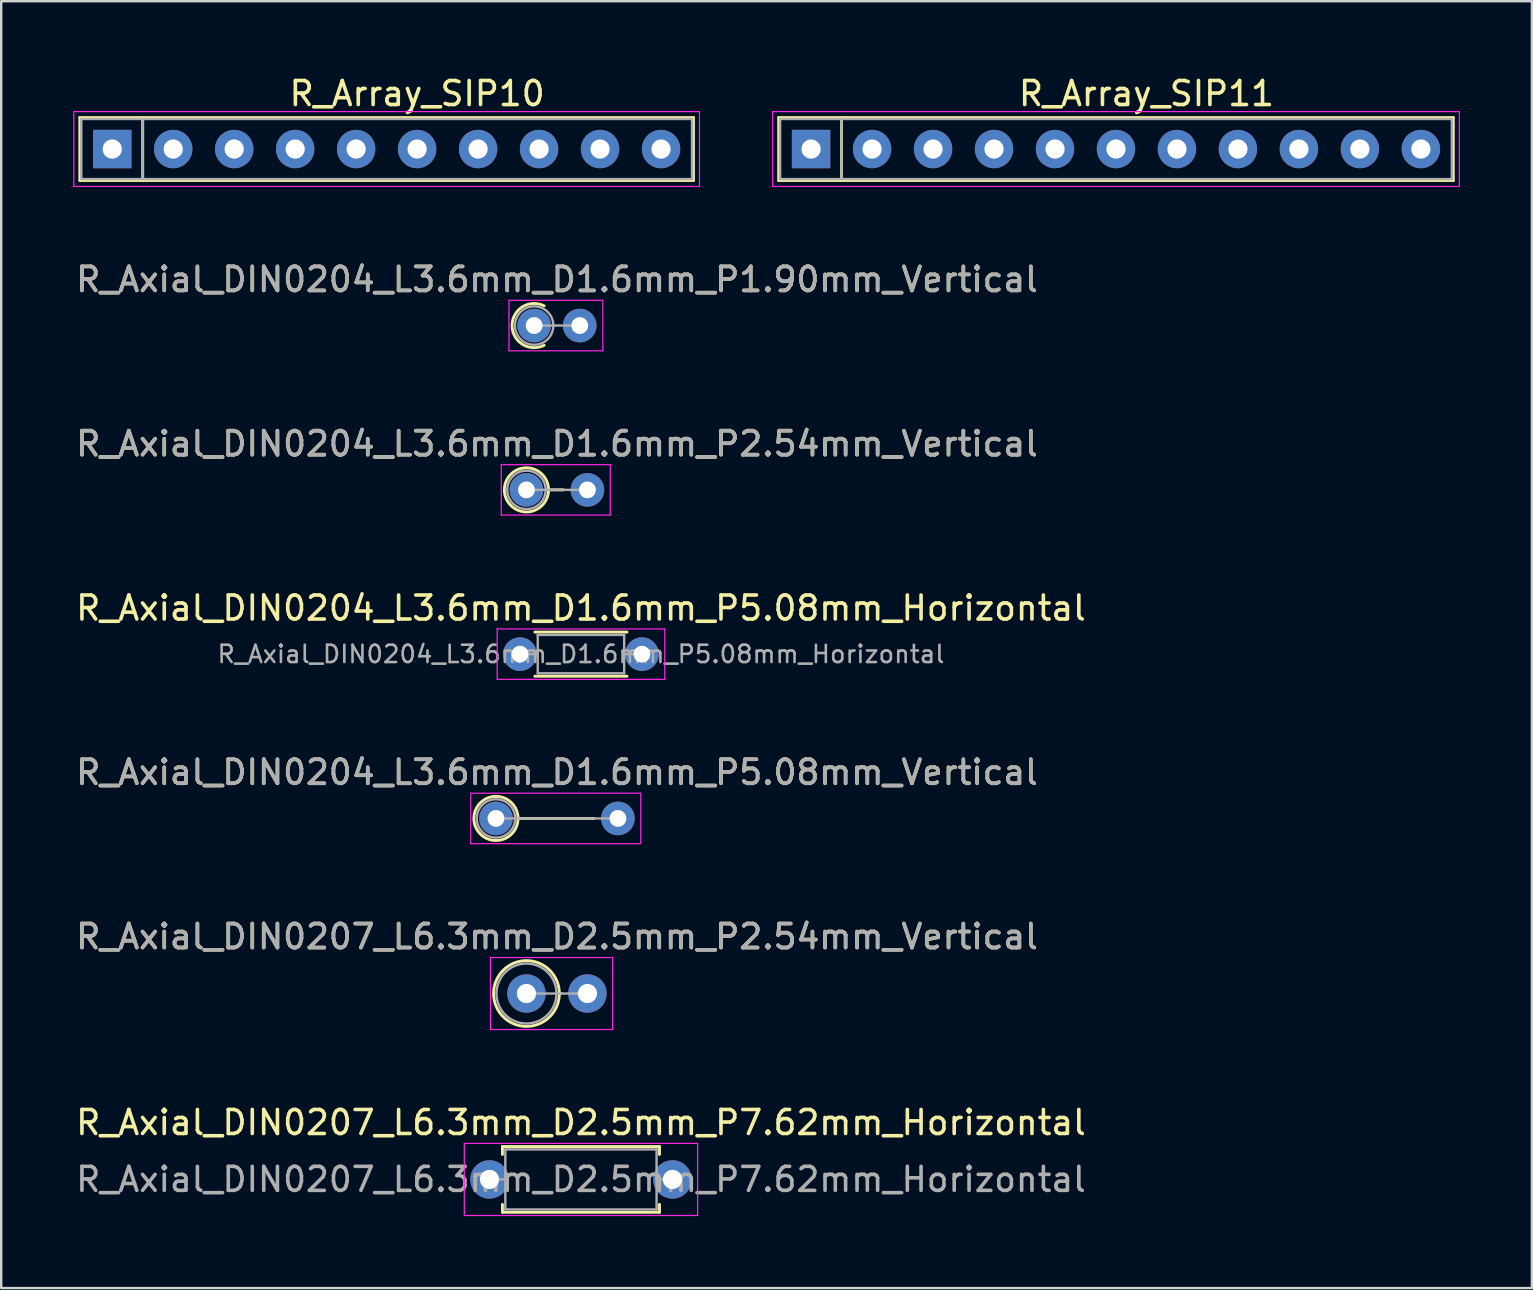
<source format=kicad_pcb>
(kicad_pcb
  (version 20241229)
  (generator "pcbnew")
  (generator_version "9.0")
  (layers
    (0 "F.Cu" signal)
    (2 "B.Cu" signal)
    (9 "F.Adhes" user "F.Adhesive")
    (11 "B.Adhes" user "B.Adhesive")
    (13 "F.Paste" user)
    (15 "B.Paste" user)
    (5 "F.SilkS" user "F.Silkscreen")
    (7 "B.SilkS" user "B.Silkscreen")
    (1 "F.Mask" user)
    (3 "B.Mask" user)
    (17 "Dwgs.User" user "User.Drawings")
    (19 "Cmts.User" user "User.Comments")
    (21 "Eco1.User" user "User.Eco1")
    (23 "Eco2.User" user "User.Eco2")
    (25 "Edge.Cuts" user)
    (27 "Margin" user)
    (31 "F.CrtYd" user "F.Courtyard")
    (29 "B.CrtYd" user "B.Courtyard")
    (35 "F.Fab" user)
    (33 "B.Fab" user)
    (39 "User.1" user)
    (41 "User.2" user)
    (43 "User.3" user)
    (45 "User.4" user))
  (footprint "R_Array_SIP10"
    (layer "F.Cu")
    (at 1.625 3.158)
    (property "Reference" "R_Array_SIP10" (at 12.7 -2.31 0) (layer "F.SilkS") (effects (font (size 1 1) (thickness 0.15))))
    (attr through_hole)
    (fp_line (start -1.35 -1.31) (end -1.35 1.31) (stroke (width 0.12) (type solid)) (layer "F.SilkS"))
    (fp_line (start -1.35 1.31) (end 24.21 1.31) (stroke (width 0.12) (type solid)) (layer "F.SilkS"))
    (fp_line (start 1.27 -1.31) (end 1.27 1.31) (stroke (width 0.12) (type solid)) (layer "F.SilkS"))
    (fp_line (start 24.21 -1.31) (end -1.35 -1.31) (stroke (width 0.12) (type solid)) (layer "F.SilkS"))
    (fp_line (start 24.21 1.31) (end 24.21 -1.31) (stroke (width 0.12) (type solid)) (layer "F.SilkS"))
    (fp_line (start -1.6 -1.56) (end -1.6 1.56) (stroke (width 0.05) (type solid)) (layer "F.CrtYd"))
    (fp_line (start -1.6 1.56) (end 24.46 1.56) (stroke (width 0.05) (type solid)) (layer "F.CrtYd"))
    (fp_line (start 24.46 -1.56) (end -1.6 -1.56) (stroke (width 0.05) (type solid)) (layer "F.CrtYd"))
    (fp_line (start 24.46 1.56) (end 24.46 -1.56) (stroke (width 0.05) (type solid)) (layer "F.CrtYd"))
    (fp_line (start -1.29 -1.25) (end -1.29 1.25) (stroke (width 0.1) (type solid)) (layer "F.Fab"))
    (fp_line (start -1.29 1.25) (end 24.15 1.25) (stroke (width 0.1) (type solid)) (layer "F.Fab"))
    (fp_line (start 1.27 -1.25) (end 1.27 1.25) (stroke (width 0.1) (type solid)) (layer "F.Fab"))
    (fp_line (start 24.15 -1.25) (end -1.29 -1.25) (stroke (width 0.1) (type solid)) (layer "F.Fab"))
    (fp_line (start 24.15 1.25) (end 24.15 -1.25) (stroke (width 0.1) (type solid)) (layer "F.Fab"))
    (pad "1" thru_hole rect (at 0 0) (size 1.6 1.6) (drill 0.8) (layers "*.Cu" "*.Mask"))
    (pad "2" thru_hole circle (at 2.54 0) (size 1.6 1.6) (drill 0.8) (layers "*.Cu" "*.Mask"))
    (pad "3" thru_hole circle (at 5.08 0) (size 1.6 1.6) (drill 0.8) (layers "*.Cu" "*.Mask"))
    (pad "4" thru_hole circle (at 7.62 0) (size 1.6 1.6) (drill 0.8) (layers "*.Cu" "*.Mask"))
    (pad "5" thru_hole circle (at 10.16 0) (size 1.6 1.6) (drill 0.8) (layers "*.Cu" "*.Mask"))
    (pad "6" thru_hole circle (at 12.7 0) (size 1.6 1.6) (drill 0.8) (layers "*.Cu" "*.Mask"))
    (pad "7" thru_hole circle (at 15.24 0) (size 1.6 1.6) (drill 0.8) (layers "*.Cu" "*.Mask"))
    (pad "8" thru_hole circle (at 17.78 0) (size 1.6 1.6) (drill 0.8) (layers "*.Cu" "*.Mask"))
    (pad "9" thru_hole circle (at 20.32 0) (size 1.6 1.6) (drill 0.8) (layers "*.Cu" "*.Mask"))
    (pad "10" thru_hole circle (at 22.86 0) (size 1.6 1.6) (drill 0.8) (layers "*.Cu" "*.Mask")))
  (footprint "R_Axial_DIN0204_L3.6mm_D1.6mm_P5.08mm_Horizontal"
    (layer "F.Cu")
    (at 18.609 24.198)
    (property "Reference" "R_Axial_DIN0204_L3.6mm_D1.6mm_P5.08mm_Horizontal" (at 2.54 -1.92 0) (layer "F.SilkS") (effects (font (size 1 1) (thickness 0.15))))
    (attr through_hole)
    (fp_line (start 0.62 -0.92) (end 4.46 -0.92) (stroke (width 0.12) (type solid)) (layer "F.SilkS"))
    (fp_line (start 0.62 0.92) (end 4.46 0.92) (stroke (width 0.12) (type solid)) (layer "F.SilkS"))
    (fp_line (start -0.95 -1.05) (end -0.95 1.05) (stroke (width 0.05) (type solid)) (layer "F.CrtYd"))
    (fp_line (start -0.95 1.05) (end 6.03 1.05) (stroke (width 0.05) (type solid)) (layer "F.CrtYd"))
    (fp_line (start 6.03 -1.05) (end -0.95 -1.05) (stroke (width 0.05) (type solid)) (layer "F.CrtYd"))
    (fp_line (start 6.03 1.05) (end 6.03 -1.05) (stroke (width 0.05) (type solid)) (layer "F.CrtYd"))
    (fp_line (start 0 0) (end 0.74 0) (stroke (width 0.1) (type solid)) (layer "F.Fab"))
    (fp_line (start 0.74 -0.8) (end 0.74 0.8) (stroke (width 0.1) (type solid)) (layer "F.Fab"))
    (fp_line (start 0.74 0.8) (end 4.34 0.8) (stroke (width 0.1) (type solid)) (layer "F.Fab"))
    (fp_line (start 4.34 -0.8) (end 0.74 -0.8) (stroke (width 0.1) (type solid)) (layer "F.Fab"))
    (fp_line (start 4.34 0.8) (end 4.34 -0.8) (stroke (width 0.1) (type solid)) (layer "F.Fab"))
    (fp_line (start 5.08 0) (end 4.34 0) (stroke (width 0.1) (type solid)) (layer "F.Fab"))
    (fp_text user "${REFERENCE}" (at 2.54 0 0) (layer "F.Fab") (effects (font (size 0.72 0.72) (thickness 0.108))))
    (pad "1" thru_hole circle (at 0 0) (size 1.4 1.4) (drill 0.7) (layers "*.Cu" "*.Mask"))
    (pad "2" thru_hole circle (at 5.08 0) (size 1.4 1.4) (drill 0.7) (layers "*.Cu" "*.Mask")))
  (footprint "R_Axial_DIN0204_L3.6mm_D1.6mm_P5.08mm_Vertical"
    (layer "F.Cu")
    (at 17.609 31.041)
    (property "Reference" "R_Axial_DIN0204_L3.6mm_D1.6mm_P5.08mm_Vertical" (at 2.54 -1.92 0) (layer "F.SilkS") (effects (font (size 1 1) (thickness 0.15))))
    (attr through_hole)
    (fp_line (start 0.92 0) (end 4.08 0) (stroke (width 0.12) (type solid)) (layer "F.SilkS"))
    (fp_circle (center 0 0) (end 0.92 0) (stroke (width 0.12) (type solid)) (fill no) (layer "F.SilkS"))
    (fp_line (start -1.05 -1.05) (end -1.05 1.05) (stroke (width 0.05) (type solid)) (layer "F.CrtYd"))
    (fp_line (start -1.05 1.05) (end 6.03 1.05) (stroke (width 0.05) (type solid)) (layer "F.CrtYd"))
    (fp_line (start 6.03 -1.05) (end -1.05 -1.05) (stroke (width 0.05) (type solid)) (layer "F.CrtYd"))
    (fp_line (start 6.03 1.05) (end 6.03 -1.05) (stroke (width 0.05) (type solid)) (layer "F.CrtYd"))
    (fp_line (start 0 0) (end 5.08 0) (stroke (width 0.1) (type solid)) (layer "F.Fab"))
    (fp_circle (center 0 0) (end 0.8 0) (stroke (width 0.1) (type solid)) (fill no) (layer "F.Fab"))
    (fp_text user "${REFERENCE}" (at 2.54 -1.92 0) (layer "F.Fab") (effects (font (size 1 1) (thickness 0.15))))
    (pad "1" thru_hole circle (at 0 0) (size 1.4 1.4) (drill 0.7) (layers "*.Cu" "*.Mask"))
    (pad "2" thru_hole circle (at 5.08 0) (size 1.4 1.4) (drill 0.7) (layers "*.Cu" "*.Mask")))
  (footprint "R_Axial_DIN0204_L3.6mm_D1.6mm_P2.54mm_Vertical"
    (layer "F.Cu")
    (at 18.879 17.355)
    (property "Reference" "R_Axial_DIN0204_L3.6mm_D1.6mm_P2.54mm_Vertical" (at 1.27 -1.92 0) (layer "F.SilkS") (effects (font (size 1 1) (thickness 0.15))))
    (attr through_hole)
    (fp_line (start 0.92 0) (end 1.54 0) (stroke (width 0.12) (type solid)) (layer "F.SilkS"))
    (fp_circle (center 0 0) (end 0.92 0) (stroke (width 0.12) (type solid)) (fill no) (layer "F.SilkS"))
    (fp_line (start -1.05 -1.05) (end -1.05 1.05) (stroke (width 0.05) (type solid)) (layer "F.CrtYd"))
    (fp_line (start -1.05 1.05) (end 3.49 1.05) (stroke (width 0.05) (type solid)) (layer "F.CrtYd"))
    (fp_line (start 3.49 -1.05) (end -1.05 -1.05) (stroke (width 0.05) (type solid)) (layer "F.CrtYd"))
    (fp_line (start 3.49 1.05) (end 3.49 -1.05) (stroke (width 0.05) (type solid)) (layer "F.CrtYd"))
    (fp_line (start 0 0) (end 2.54 0) (stroke (width 0.1) (type solid)) (layer "F.Fab"))
    (fp_circle (center 0 0) (end 0.8 0) (stroke (width 0.1) (type solid)) (fill no) (layer "F.Fab"))
    (fp_text user "${REFERENCE}" (at 1.27 -1.92 0) (layer "F.Fab") (effects (font (size 1 1) (thickness 0.15))))
    (pad "1" thru_hole circle (at 0 0) (size 1.4 1.4) (drill 0.7) (layers "*.Cu" "*.Mask"))
    (pad "2" thru_hole oval (at 2.54 0) (size 1.4 1.4) (drill 0.7) (layers "*.Cu" "*.Mask")))
  (footprint "R_Axial_DIN0207_L6.3mm_D2.5mm_P7.62mm_Horizontal"
    (layer "F.Cu")
    (at 17.339 46.078)
    (property "Reference" "R_Axial_DIN0207_L6.3mm_D2.5mm_P7.62mm_Horizontal" (at 3.81 -2.37 0) (layer "F.SilkS") (effects (font (size 1 1) (thickness 0.15))))
    (attr through_hole)
    (fp_line (start 0.54 -1.37) (end 7.08 -1.37) (stroke (width 0.12) (type solid)) (layer "F.SilkS"))
    (fp_line (start 0.54 -1.04) (end 0.54 -1.37) (stroke (width 0.12) (type solid)) (layer "F.SilkS"))
    (fp_line (start 0.54 1.04) (end 0.54 1.37) (stroke (width 0.12) (type solid)) (layer "F.SilkS"))
    (fp_line (start 0.54 1.37) (end 7.08 1.37) (stroke (width 0.12) (type solid)) (layer "F.SilkS"))
    (fp_line (start 7.08 -1.37) (end 7.08 -1.04) (stroke (width 0.12) (type solid)) (layer "F.SilkS"))
    (fp_line (start 7.08 1.37) (end 7.08 1.04) (stroke (width 0.12) (type solid)) (layer "F.SilkS"))
    (fp_line (start -1.05 -1.5) (end -1.05 1.5) (stroke (width 0.05) (type solid)) (layer "F.CrtYd"))
    (fp_line (start -1.05 1.5) (end 8.67 1.5) (stroke (width 0.05) (type solid)) (layer "F.CrtYd"))
    (fp_line (start 8.67 -1.5) (end -1.05 -1.5) (stroke (width 0.05) (type solid)) (layer "F.CrtYd"))
    (fp_line (start 8.67 1.5) (end 8.67 -1.5) (stroke (width 0.05) (type solid)) (layer "F.CrtYd"))
    (fp_line (start 0 0) (end 0.66 0) (stroke (width 0.1) (type solid)) (layer "F.Fab"))
    (fp_line (start 0.66 -1.25) (end 0.66 1.25) (stroke (width 0.1) (type solid)) (layer "F.Fab"))
    (fp_line (start 0.66 1.25) (end 6.96 1.25) (stroke (width 0.1) (type solid)) (layer "F.Fab"))
    (fp_line (start 6.96 -1.25) (end 0.66 -1.25) (stroke (width 0.1) (type solid)) (layer "F.Fab"))
    (fp_line (start 6.96 1.25) (end 6.96 -1.25) (stroke (width 0.1) (type solid)) (layer "F.Fab"))
    (fp_line (start 7.62 0) (end 6.96 0) (stroke (width 0.1) (type solid)) (layer "F.Fab"))
    (fp_text user "${REFERENCE}" (at 3.81 0 0) (layer "F.Fab") (effects (font (size 1 1) (thickness 0.15))))
    (pad "1" thru_hole circle (at 0 0) (size 1.6 1.6) (drill 0.8) (layers "*.Cu" "*.Mask"))
    (pad "2" thru_hole circle (at 7.62 0) (size 1.6 1.6) (drill 0.8) (layers "*.Cu" "*.Mask")))
  (footprint "R_Axial_DIN0207_L6.3mm_D2.5mm_P2.54mm_Vertical"
    (layer "F.Cu")
    (at 18.879 38.334)
    (property "Reference" "R_Axial_DIN0207_L6.3mm_D2.5mm_P2.54mm_Vertical" (at 1.27 -2.37 0) (layer "F.SilkS") (effects (font (size 1 1) (thickness 0.15))))
    (attr through_hole)
    (fp_line (start 1.37 0) (end 1.44 0) (stroke (width 0.12) (type solid)) (layer "F.SilkS"))
    (fp_circle (center 0 0) (end 1.37 0) (stroke (width 0.12) (type solid)) (fill no) (layer "F.SilkS"))
    (fp_line (start -1.5 -1.5) (end -1.5 1.5) (stroke (width 0.05) (type solid)) (layer "F.CrtYd"))
    (fp_line (start -1.5 1.5) (end 3.59 1.5) (stroke (width 0.05) (type solid)) (layer "F.CrtYd"))
    (fp_line (start 3.59 -1.5) (end -1.5 -1.5) (stroke (width 0.05) (type solid)) (layer "F.CrtYd"))
    (fp_line (start 3.59 1.5) (end 3.59 -1.5) (stroke (width 0.05) (type solid)) (layer "F.CrtYd"))
    (fp_line (start 0 0) (end 2.54 0) (stroke (width 0.1) (type solid)) (layer "F.Fab"))
    (fp_circle (center 0 0) (end 1.25 0) (stroke (width 0.1) (type solid)) (fill no) (layer "F.Fab"))
    (fp_text user "${REFERENCE}" (at 1.27 -2.37 0) (layer "F.Fab") (effects (font (size 1 1) (thickness 0.15))))
    (pad "1" thru_hole circle (at 0 0) (size 1.6 1.6) (drill 0.8) (layers "*.Cu" "*.Mask"))
    (pad "2" thru_hole oval (at 2.54 0) (size 1.6 1.6) (drill 0.8) (layers "*.Cu" "*.Mask")))
  (footprint "R_Axial_DIN0204_L3.6mm_D1.6mm_P1.90mm_Vertical"
    (layer "F.Cu")
    (at 19.199 10.511)
    (property "Reference" "R_Axial_DIN0204_L3.6mm_D1.6mm_P1.90mm_Vertical" (at 0.95 -1.92 0) (layer "F.SilkS") (effects (font (size 1 1) (thickness 0.15))))
    (attr through_hole)
    (fp_arc (start 0.417133 0.82) (mid -0.92 0) (end 0.417133 -0.82) (stroke (width 0.12) (type solid)) (layer "F.SilkS"))
    (fp_line (start -1.05 -1.05) (end -1.05 1.05) (stroke (width 0.05) (type solid)) (layer "F.CrtYd"))
    (fp_line (start -1.05 1.05) (end 2.86 1.05) (stroke (width 0.05) (type solid)) (layer "F.CrtYd"))
    (fp_line (start 2.86 -1.05) (end -1.05 -1.05) (stroke (width 0.05) (type solid)) (layer "F.CrtYd"))
    (fp_line (start 2.86 1.05) (end 2.86 -1.05) (stroke (width 0.05) (type solid)) (layer "F.CrtYd"))
    (fp_line (start 0 0) (end 1.9 0) (stroke (width 0.1) (type solid)) (layer "F.Fab"))
    (fp_circle (center 0 0) (end 0.8 0) (stroke (width 0.1) (type solid)) (fill no) (layer "F.Fab"))
    (fp_text user "${REFERENCE}" (at 0.95 -1.92 0) (layer "F.Fab") (effects (font (size 1 1) (thickness 0.15))))
    (pad "1" thru_hole circle (at 0 0) (size 1.4 1.4) (drill 0.7) (layers "*.Cu" "*.Mask"))
    (pad "2" thru_hole circle (at 1.9 0) (size 1.4 1.4) (drill 0.7) (layers "*.Cu" "*.Mask")))
  (footprint "R_Array_SIP11"
    (layer "F.Cu")
    (at 30.735 3.158)
    (property "Reference" "R_Array_SIP11" (at 13.97 -2.31 0) (layer "F.SilkS") (effects (font (size 1 1) (thickness 0.15))))
    (attr through_hole)
    (fp_line (start -1.35 -1.31) (end -1.35 1.31) (stroke (width 0.12) (type solid)) (layer "F.SilkS"))
    (fp_line (start -1.35 1.31) (end 26.75 1.31) (stroke (width 0.12) (type solid)) (layer "F.SilkS"))
    (fp_line (start 1.27 -1.31) (end 1.27 1.31) (stroke (width 0.12) (type solid)) (layer "F.SilkS"))
    (fp_line (start 26.75 -1.31) (end -1.35 -1.31) (stroke (width 0.12) (type solid)) (layer "F.SilkS"))
    (fp_line (start 26.75 1.31) (end 26.75 -1.31) (stroke (width 0.12) (type solid)) (layer "F.SilkS"))
    (fp_line (start -1.6 -1.56) (end -1.6 1.56) (stroke (width 0.05) (type solid)) (layer "F.CrtYd"))
    (fp_line (start -1.6 1.56) (end 27 1.56) (stroke (width 0.05) (type solid)) (layer "F.CrtYd"))
    (fp_line (start 27 -1.56) (end -1.6 -1.56) (stroke (width 0.05) (type solid)) (layer "F.CrtYd"))
    (fp_line (start 27 1.56) (end 27 -1.56) (stroke (width 0.05) (type solid)) (layer "F.CrtYd"))
    (fp_line (start -1.29 -1.25) (end -1.29 1.25) (stroke (width 0.1) (type solid)) (layer "F.Fab"))
    (fp_line (start -1.29 1.25) (end 26.69 1.25) (stroke (width 0.1) (type solid)) (layer "F.Fab"))
    (fp_line (start 1.27 -1.25) (end 1.27 1.25) (stroke (width 0.1) (type solid)) (layer "F.Fab"))
    (fp_line (start 26.69 -1.25) (end -1.29 -1.25) (stroke (width 0.1) (type solid)) (layer "F.Fab"))
    (fp_line (start 26.69 1.25) (end 26.69 -1.25) (stroke (width 0.1) (type solid)) (layer "F.Fab"))
    (pad "1" thru_hole rect (at 0 0) (size 1.6 1.6) (drill 0.8) (layers "*.Cu" "*.Mask"))
    (pad "2" thru_hole circle (at 2.54 0) (size 1.6 1.6) (drill 0.8) (layers "*.Cu" "*.Mask"))
    (pad "3" thru_hole circle (at 5.08 0) (size 1.6 1.6) (drill 0.8) (layers "*.Cu" "*.Mask"))
    (pad "4" thru_hole circle (at 7.62 0) (size 1.6 1.6) (drill 0.8) (layers "*.Cu" "*.Mask"))
    (pad "5" thru_hole circle (at 10.16 0) (size 1.6 1.6) (drill 0.8) (layers "*.Cu" "*.Mask"))
    (pad "6" thru_hole circle (at 12.7 0) (size 1.6 1.6) (drill 0.8) (layers "*.Cu" "*.Mask"))
    (pad "7" thru_hole circle (at 15.24 0) (size 1.6 1.6) (drill 0.8) (layers "*.Cu" "*.Mask"))
    (pad "8" thru_hole circle (at 17.78 0) (size 1.6 1.6) (drill 0.8) (layers "*.Cu" "*.Mask"))
    (pad "9" thru_hole circle (at 20.32 0) (size 1.6 1.6) (drill 0.8) (layers "*.Cu" "*.Mask"))
    (pad "10" thru_hole circle (at 22.86 0) (size 1.6 1.6) (drill 0.8) (layers "*.Cu" "*.Mask"))
    (pad "11" thru_hole circle (at 25.4 0) (size 1.6 1.6) (drill 0.8) (layers "*.Cu" "*.Mask")))
  (gr_rect
    (start -3 -3)
    (end 60.76 50.603)
    (stroke (width 0.1) (type default))
    (fill no)
    (layer "Edge.Cuts")))
</source>
